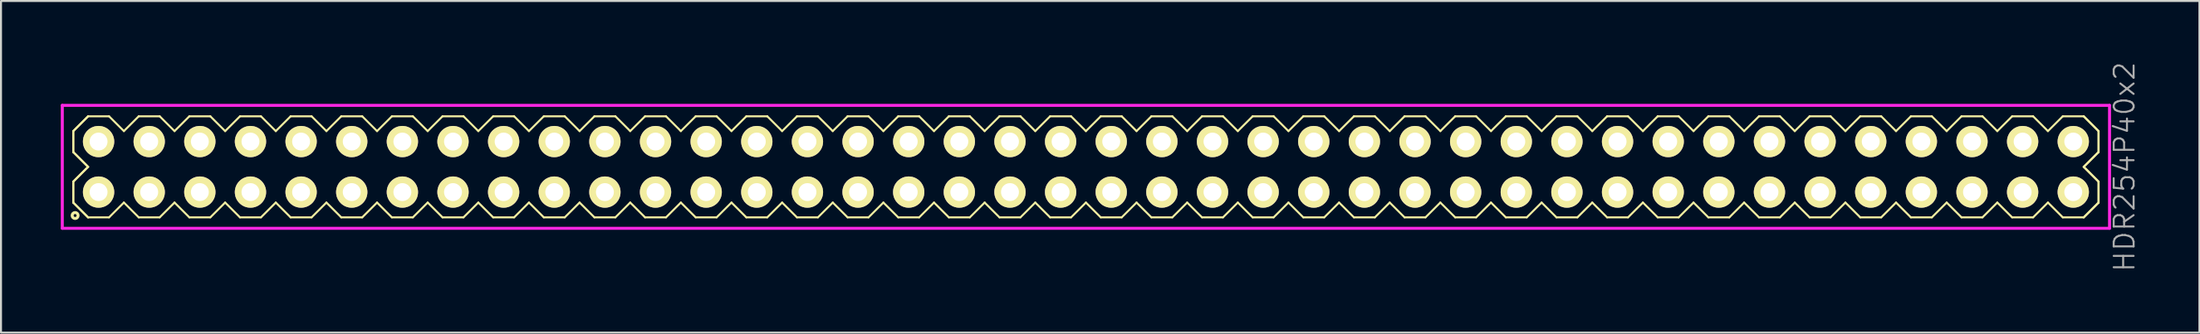
<source format=kicad_pcb>
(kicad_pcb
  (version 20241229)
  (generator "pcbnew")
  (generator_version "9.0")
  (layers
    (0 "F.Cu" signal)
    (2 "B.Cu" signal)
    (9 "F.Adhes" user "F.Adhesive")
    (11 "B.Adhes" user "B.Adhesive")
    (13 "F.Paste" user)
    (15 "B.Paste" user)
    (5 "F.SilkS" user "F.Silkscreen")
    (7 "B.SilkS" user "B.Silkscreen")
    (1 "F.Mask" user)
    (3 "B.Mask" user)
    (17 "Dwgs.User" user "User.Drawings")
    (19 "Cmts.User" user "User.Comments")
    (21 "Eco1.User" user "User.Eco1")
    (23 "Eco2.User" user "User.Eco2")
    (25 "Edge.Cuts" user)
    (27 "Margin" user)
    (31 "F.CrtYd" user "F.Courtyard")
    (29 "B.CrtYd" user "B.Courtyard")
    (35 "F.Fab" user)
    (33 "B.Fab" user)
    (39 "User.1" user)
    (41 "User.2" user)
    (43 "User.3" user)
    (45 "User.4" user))
  (footprint "HDR254P40x2"
    (layer "F.Cu")
    (at 51.425 5.336)
    (property "Reference" "HDR254P40x2" (at 52.1 0 90) (layer "F.Fab") (effects (font (size 1 1) (thickness 0.1))))
    (attr through_hole)
    (fp_line (start -50.8 -1.796) (end -50.056 -2.54) (stroke (width 0.1) (type solid)) (layer "F.SilkS"))
    (fp_line (start -50.8 -1.796) (end -50.056 -2.54) (stroke (width 0.1) (type solid)) (layer "F.SilkS"))
    (fp_line (start -50.8 -0.744) (end -50.8 -1.796) (stroke (width 0.1) (type solid)) (layer "F.SilkS"))
    (fp_line (start -50.8 -0.744) (end -50.8 -1.796) (stroke (width 0.1) (type solid)) (layer "F.SilkS"))
    (fp_line (start -50.8 0.744) (end -50.056 0) (stroke (width 0.1) (type solid)) (layer "F.SilkS"))
    (fp_line (start -50.8 0.744) (end -50.056 0) (stroke (width 0.1) (type solid)) (layer "F.SilkS"))
    (fp_line (start -50.8 1.796) (end -50.8 0.744) (stroke (width 0.1) (type solid)) (layer "F.SilkS"))
    (fp_line (start -50.8 1.796) (end -50.8 0.744) (stroke (width 0.1) (type solid)) (layer "F.SilkS"))
    (fp_line (start -50.056 -2.54) (end -49.004 -2.54) (stroke (width 0.1) (type solid)) (layer "F.SilkS"))
    (fp_line (start -50.056 0) (end -50.8 -0.744) (stroke (width 0.1) (type solid)) (layer "F.SilkS"))
    (fp_line (start -50.056 0) (end -50.8 -0.744) (stroke (width 0.1) (type solid)) (layer "F.SilkS"))
    (fp_line (start -50.056 2.54) (end -50.8 1.796) (stroke (width 0.1) (type solid)) (layer "F.SilkS"))
    (fp_line (start -50.056 2.54) (end -50.8 1.796) (stroke (width 0.1) (type solid)) (layer "F.SilkS"))
    (fp_line (start -49.004 -2.54) (end -48.26 -1.796) (stroke (width 0.1) (type solid)) (layer "F.SilkS"))
    (fp_line (start -49.004 2.54) (end -50.056 2.54) (stroke (width 0.1) (type solid)) (layer "F.SilkS"))
    (fp_line (start -48.26 -1.796) (end -47.516 -2.54) (stroke (width 0.1) (type solid)) (layer "F.SilkS"))
    (fp_line (start -48.26 1.796) (end -49.004 2.54) (stroke (width 0.1) (type solid)) (layer "F.SilkS"))
    (fp_line (start -47.516 -2.54) (end -46.464 -2.54) (stroke (width 0.1) (type solid)) (layer "F.SilkS"))
    (fp_line (start -47.516 2.54) (end -48.26 1.796) (stroke (width 0.1) (type solid)) (layer "F.SilkS"))
    (fp_line (start -46.464 -2.54) (end -45.72 -1.796) (stroke (width 0.1) (type solid)) (layer "F.SilkS"))
    (fp_line (start -46.464 2.54) (end -47.516 2.54) (stroke (width 0.1) (type solid)) (layer "F.SilkS"))
    (fp_line (start -45.72 -1.796) (end -44.976 -2.54) (stroke (width 0.1) (type solid)) (layer "F.SilkS"))
    (fp_line (start -45.72 1.796) (end -46.464 2.54) (stroke (width 0.1) (type solid)) (layer "F.SilkS"))
    (fp_line (start -44.976 -2.54) (end -43.924 -2.54) (stroke (width 0.1) (type solid)) (layer "F.SilkS"))
    (fp_line (start -44.976 2.54) (end -45.72 1.796) (stroke (width 0.1) (type solid)) (layer "F.SilkS"))
    (fp_line (start -43.924 -2.54) (end -43.18 -1.796) (stroke (width 0.1) (type solid)) (layer "F.SilkS"))
    (fp_line (start -43.924 2.54) (end -44.976 2.54) (stroke (width 0.1) (type solid)) (layer "F.SilkS"))
    (fp_line (start -43.18 -1.796) (end -42.436 -2.54) (stroke (width 0.1) (type solid)) (layer "F.SilkS"))
    (fp_line (start -43.18 1.796) (end -43.924 2.54) (stroke (width 0.1) (type solid)) (layer "F.SilkS"))
    (fp_line (start -42.436 -2.54) (end -41.384 -2.54) (stroke (width 0.1) (type solid)) (layer "F.SilkS"))
    (fp_line (start -42.436 2.54) (end -43.18 1.796) (stroke (width 0.1) (type solid)) (layer "F.SilkS"))
    (fp_line (start -41.384 -2.54) (end -40.64 -1.796) (stroke (width 0.1) (type solid)) (layer "F.SilkS"))
    (fp_line (start -41.384 2.54) (end -42.436 2.54) (stroke (width 0.1) (type solid)) (layer "F.SilkS"))
    (fp_line (start -40.64 -1.796) (end -39.896 -2.54) (stroke (width 0.1) (type solid)) (layer "F.SilkS"))
    (fp_line (start -40.64 1.796) (end -41.384 2.54) (stroke (width 0.1) (type solid)) (layer "F.SilkS"))
    (fp_line (start -39.896 -2.54) (end -38.844 -2.54) (stroke (width 0.1) (type solid)) (layer "F.SilkS"))
    (fp_line (start -39.896 2.54) (end -40.64 1.796) (stroke (width 0.1) (type solid)) (layer "F.SilkS"))
    (fp_line (start -38.844 -2.54) (end -38.1 -1.796) (stroke (width 0.1) (type solid)) (layer "F.SilkS"))
    (fp_line (start -38.844 2.54) (end -39.896 2.54) (stroke (width 0.1) (type solid)) (layer "F.SilkS"))
    (fp_line (start -38.1 -1.796) (end -37.356 -2.54) (stroke (width 0.1) (type solid)) (layer "F.SilkS"))
    (fp_line (start -38.1 1.796) (end -38.844 2.54) (stroke (width 0.1) (type solid)) (layer "F.SilkS"))
    (fp_line (start -37.356 -2.54) (end -36.304 -2.54) (stroke (width 0.1) (type solid)) (layer "F.SilkS"))
    (fp_line (start -37.356 2.54) (end -38.1 1.796) (stroke (width 0.1) (type solid)) (layer "F.SilkS"))
    (fp_line (start -36.304 -2.54) (end -35.56 -1.796) (stroke (width 0.1) (type solid)) (layer "F.SilkS"))
    (fp_line (start -36.304 2.54) (end -37.356 2.54) (stroke (width 0.1) (type solid)) (layer "F.SilkS"))
    (fp_line (start -35.56 -1.796) (end -34.816 -2.54) (stroke (width 0.1) (type solid)) (layer "F.SilkS"))
    (fp_line (start -35.56 1.796) (end -36.304 2.54) (stroke (width 0.1) (type solid)) (layer "F.SilkS"))
    (fp_line (start -34.816 -2.54) (end -33.764 -2.54) (stroke (width 0.1) (type solid)) (layer "F.SilkS"))
    (fp_line (start -34.816 2.54) (end -35.56 1.796) (stroke (width 0.1) (type solid)) (layer "F.SilkS"))
    (fp_line (start -33.764 -2.54) (end -33.02 -1.796) (stroke (width 0.1) (type solid)) (layer "F.SilkS"))
    (fp_line (start -33.764 2.54) (end -34.816 2.54) (stroke (width 0.1) (type solid)) (layer "F.SilkS"))
    (fp_line (start -33.02 -1.796) (end -32.276 -2.54) (stroke (width 0.1) (type solid)) (layer "F.SilkS"))
    (fp_line (start -33.02 1.796) (end -33.764 2.54) (stroke (width 0.1) (type solid)) (layer "F.SilkS"))
    (fp_line (start -32.276 -2.54) (end -31.224 -2.54) (stroke (width 0.1) (type solid)) (layer "F.SilkS"))
    (fp_line (start -32.276 2.54) (end -33.02 1.796) (stroke (width 0.1) (type solid)) (layer "F.SilkS"))
    (fp_line (start -31.224 -2.54) (end -30.48 -1.796) (stroke (width 0.1) (type solid)) (layer "F.SilkS"))
    (fp_line (start -31.224 2.54) (end -32.276 2.54) (stroke (width 0.1) (type solid)) (layer "F.SilkS"))
    (fp_line (start -30.48 -1.796) (end -29.736 -2.54) (stroke (width 0.1) (type solid)) (layer "F.SilkS"))
    (fp_line (start -30.48 1.796) (end -31.224 2.54) (stroke (width 0.1) (type solid)) (layer "F.SilkS"))
    (fp_line (start -29.736 -2.54) (end -28.684 -2.54) (stroke (width 0.1) (type solid)) (layer "F.SilkS"))
    (fp_line (start -29.736 2.54) (end -30.48 1.796) (stroke (width 0.1) (type solid)) (layer "F.SilkS"))
    (fp_line (start -28.684 -2.54) (end -27.94 -1.796) (stroke (width 0.1) (type solid)) (layer "F.SilkS"))
    (fp_line (start -28.684 2.54) (end -29.736 2.54) (stroke (width 0.1) (type solid)) (layer "F.SilkS"))
    (fp_line (start -27.94 -1.796) (end -27.196 -2.54) (stroke (width 0.1) (type solid)) (layer "F.SilkS"))
    (fp_line (start -27.94 1.796) (end -28.684 2.54) (stroke (width 0.1) (type solid)) (layer "F.SilkS"))
    (fp_line (start -27.196 -2.54) (end -26.144 -2.54) (stroke (width 0.1) (type solid)) (layer "F.SilkS"))
    (fp_line (start -27.196 2.54) (end -27.94 1.796) (stroke (width 0.1) (type solid)) (layer "F.SilkS"))
    (fp_line (start -26.144 -2.54) (end -25.4 -1.796) (stroke (width 0.1) (type solid)) (layer "F.SilkS"))
    (fp_line (start -26.144 2.54) (end -27.196 2.54) (stroke (width 0.1) (type solid)) (layer "F.SilkS"))
    (fp_line (start -25.4 -1.796) (end -24.656 -2.54) (stroke (width 0.1) (type solid)) (layer "F.SilkS"))
    (fp_line (start -25.4 1.796) (end -26.144 2.54) (stroke (width 0.1) (type solid)) (layer "F.SilkS"))
    (fp_line (start -24.656 -2.54) (end -23.604 -2.54) (stroke (width 0.1) (type solid)) (layer "F.SilkS"))
    (fp_line (start -24.656 2.54) (end -25.4 1.796) (stroke (width 0.1) (type solid)) (layer "F.SilkS"))
    (fp_line (start -23.604 -2.54) (end -22.86 -1.796) (stroke (width 0.1) (type solid)) (layer "F.SilkS"))
    (fp_line (start -23.604 2.54) (end -24.656 2.54) (stroke (width 0.1) (type solid)) (layer "F.SilkS"))
    (fp_line (start -22.86 -1.796) (end -22.116 -2.54) (stroke (width 0.1) (type solid)) (layer "F.SilkS"))
    (fp_line (start -22.86 1.796) (end -23.604 2.54) (stroke (width 0.1) (type solid)) (layer "F.SilkS"))
    (fp_line (start -22.116 -2.54) (end -21.064 -2.54) (stroke (width 0.1) (type solid)) (layer "F.SilkS"))
    (fp_line (start -22.116 2.54) (end -22.86 1.796) (stroke (width 0.1) (type solid)) (layer "F.SilkS"))
    (fp_line (start -21.064 -2.54) (end -20.32 -1.796) (stroke (width 0.1) (type solid)) (layer "F.SilkS"))
    (fp_line (start -21.064 2.54) (end -22.116 2.54) (stroke (width 0.1) (type solid)) (layer "F.SilkS"))
    (fp_line (start -20.32 -1.796) (end -19.576 -2.54) (stroke (width 0.1) (type solid)) (layer "F.SilkS"))
    (fp_line (start -20.32 1.796) (end -21.064 2.54) (stroke (width 0.1) (type solid)) (layer "F.SilkS"))
    (fp_line (start -19.576 -2.54) (end -18.524 -2.54) (stroke (width 0.1) (type solid)) (layer "F.SilkS"))
    (fp_line (start -19.576 2.54) (end -20.32 1.796) (stroke (width 0.1) (type solid)) (layer "F.SilkS"))
    (fp_line (start -18.524 -2.54) (end -17.78 -1.796) (stroke (width 0.1) (type solid)) (layer "F.SilkS"))
    (fp_line (start -18.524 2.54) (end -19.576 2.54) (stroke (width 0.1) (type solid)) (layer "F.SilkS"))
    (fp_line (start -17.78 -1.796) (end -17.036 -2.54) (stroke (width 0.1) (type solid)) (layer "F.SilkS"))
    (fp_line (start -17.78 1.796) (end -18.524 2.54) (stroke (width 0.1) (type solid)) (layer "F.SilkS"))
    (fp_line (start -17.036 -2.54) (end -15.984 -2.54) (stroke (width 0.1) (type solid)) (layer "F.SilkS"))
    (fp_line (start -17.036 2.54) (end -17.78 1.796) (stroke (width 0.1) (type solid)) (layer "F.SilkS"))
    (fp_line (start -15.984 -2.54) (end -15.24 -1.796) (stroke (width 0.1) (type solid)) (layer "F.SilkS"))
    (fp_line (start -15.984 2.54) (end -17.036 2.54) (stroke (width 0.1) (type solid)) (layer "F.SilkS"))
    (fp_line (start -15.24 -1.796) (end -14.496 -2.54) (stroke (width 0.1) (type solid)) (layer "F.SilkS"))
    (fp_line (start -15.24 1.796) (end -15.984 2.54) (stroke (width 0.1) (type solid)) (layer "F.SilkS"))
    (fp_line (start -14.496 -2.54) (end -13.444 -2.54) (stroke (width 0.1) (type solid)) (layer "F.SilkS"))
    (fp_line (start -14.496 2.54) (end -15.24 1.796) (stroke (width 0.1) (type solid)) (layer "F.SilkS"))
    (fp_line (start -13.444 -2.54) (end -12.7 -1.796) (stroke (width 0.1) (type solid)) (layer "F.SilkS"))
    (fp_line (start -13.444 2.54) (end -14.496 2.54) (stroke (width 0.1) (type solid)) (layer "F.SilkS"))
    (fp_line (start -12.7 -1.796) (end -11.956 -2.54) (stroke (width 0.1) (type solid)) (layer "F.SilkS"))
    (fp_line (start -12.7 1.796) (end -13.444 2.54) (stroke (width 0.1) (type solid)) (layer "F.SilkS"))
    (fp_line (start -11.956 -2.54) (end -10.904 -2.54) (stroke (width 0.1) (type solid)) (layer "F.SilkS"))
    (fp_line (start -11.956 2.54) (end -12.7 1.796) (stroke (width 0.1) (type solid)) (layer "F.SilkS"))
    (fp_line (start -10.904 -2.54) (end -10.16 -1.796) (stroke (width 0.1) (type solid)) (layer "F.SilkS"))
    (fp_line (start -10.904 2.54) (end -11.956 2.54) (stroke (width 0.1) (type solid)) (layer "F.SilkS"))
    (fp_line (start -10.16 -1.796) (end -9.416 -2.54) (stroke (width 0.1) (type solid)) (layer "F.SilkS"))
    (fp_line (start -10.16 1.796) (end -10.904 2.54) (stroke (width 0.1) (type solid)) (layer "F.SilkS"))
    (fp_line (start -9.416 -2.54) (end -8.364 -2.54) (stroke (width 0.1) (type solid)) (layer "F.SilkS"))
    (fp_line (start -9.416 2.54) (end -10.16 1.796) (stroke (width 0.1) (type solid)) (layer "F.SilkS"))
    (fp_line (start -8.364 -2.54) (end -7.62 -1.796) (stroke (width 0.1) (type solid)) (layer "F.SilkS"))
    (fp_line (start -8.364 2.54) (end -9.416 2.54) (stroke (width 0.1) (type solid)) (layer "F.SilkS"))
    (fp_line (start -7.62 -1.796) (end -6.876 -2.54) (stroke (width 0.1) (type solid)) (layer "F.SilkS"))
    (fp_line (start -7.62 1.796) (end -8.364 2.54) (stroke (width 0.1) (type solid)) (layer "F.SilkS"))
    (fp_line (start -6.876 -2.54) (end -5.824 -2.54) (stroke (width 0.1) (type solid)) (layer "F.SilkS"))
    (fp_line (start -6.876 2.54) (end -7.62 1.796) (stroke (width 0.1) (type solid)) (layer "F.SilkS"))
    (fp_line (start -5.824 -2.54) (end -5.08 -1.796) (stroke (width 0.1) (type solid)) (layer "F.SilkS"))
    (fp_line (start -5.824 2.54) (end -6.876 2.54) (stroke (width 0.1) (type solid)) (layer "F.SilkS"))
    (fp_line (start -5.08 -1.796) (end -4.336 -2.54) (stroke (width 0.1) (type solid)) (layer "F.SilkS"))
    (fp_line (start -5.08 1.796) (end -5.824 2.54) (stroke (width 0.1) (type solid)) (layer "F.SilkS"))
    (fp_line (start -4.336 -2.54) (end -3.284 -2.54) (stroke (width 0.1) (type solid)) (layer "F.SilkS"))
    (fp_line (start -4.336 2.54) (end -5.08 1.796) (stroke (width 0.1) (type solid)) (layer "F.SilkS"))
    (fp_line (start -3.284 -2.54) (end -2.54 -1.796) (stroke (width 0.1) (type solid)) (layer "F.SilkS"))
    (fp_line (start -3.284 2.54) (end -4.336 2.54) (stroke (width 0.1) (type solid)) (layer "F.SilkS"))
    (fp_line (start -2.54 -1.796) (end -1.796 -2.54) (stroke (width 0.1) (type solid)) (layer "F.SilkS"))
    (fp_line (start -2.54 1.796) (end -3.284 2.54) (stroke (width 0.1) (type solid)) (layer "F.SilkS"))
    (fp_line (start -1.796 -2.54) (end -0.744 -2.54) (stroke (width 0.1) (type solid)) (layer "F.SilkS"))
    (fp_line (start -1.796 2.54) (end -2.54 1.796) (stroke (width 0.1) (type solid)) (layer "F.SilkS"))
    (fp_line (start -0.744 -2.54) (end 0 -1.796) (stroke (width 0.1) (type solid)) (layer "F.SilkS"))
    (fp_line (start -0.744 2.54) (end -1.796 2.54) (stroke (width 0.1) (type solid)) (layer "F.SilkS"))
    (fp_line (start 0 -1.796) (end 0.744 -2.54) (stroke (width 0.1) (type solid)) (layer "F.SilkS"))
    (fp_line (start 0 1.796) (end -0.744 2.54) (stroke (width 0.1) (type solid)) (layer "F.SilkS"))
    (fp_line (start 0.744 -2.54) (end 1.796 -2.54) (stroke (width 0.1) (type solid)) (layer "F.SilkS"))
    (fp_line (start 0.744 2.54) (end 0 1.796) (stroke (width 0.1) (type solid)) (layer "F.SilkS"))
    (fp_line (start 1.796 -2.54) (end 2.54 -1.796) (stroke (width 0.1) (type solid)) (layer "F.SilkS"))
    (fp_line (start 1.796 2.54) (end 0.744 2.54) (stroke (width 0.1) (type solid)) (layer "F.SilkS"))
    (fp_line (start 2.54 -1.796) (end 3.284 -2.54) (stroke (width 0.1) (type solid)) (layer "F.SilkS"))
    (fp_line (start 2.54 1.796) (end 1.796 2.54) (stroke (width 0.1) (type solid)) (layer "F.SilkS"))
    (fp_line (start 3.284 -2.54) (end 4.336 -2.54) (stroke (width 0.1) (type solid)) (layer "F.SilkS"))
    (fp_line (start 3.284 2.54) (end 2.54 1.796) (stroke (width 0.1) (type solid)) (layer "F.SilkS"))
    (fp_line (start 4.336 -2.54) (end 5.08 -1.796) (stroke (width 0.1) (type solid)) (layer "F.SilkS"))
    (fp_line (start 4.336 2.54) (end 3.284 2.54) (stroke (width 0.1) (type solid)) (layer "F.SilkS"))
    (fp_line (start 5.08 -1.796) (end 5.824 -2.54) (stroke (width 0.1) (type solid)) (layer "F.SilkS"))
    (fp_line (start 5.08 1.796) (end 4.336 2.54) (stroke (width 0.1) (type solid)) (layer "F.SilkS"))
    (fp_line (start 5.824 -2.54) (end 6.876 -2.54) (stroke (width 0.1) (type solid)) (layer "F.SilkS"))
    (fp_line (start 5.824 2.54) (end 5.08 1.796) (stroke (width 0.1) (type solid)) (layer "F.SilkS"))
    (fp_line (start 6.876 -2.54) (end 7.62 -1.796) (stroke (width 0.1) (type solid)) (layer "F.SilkS"))
    (fp_line (start 6.876 2.54) (end 5.824 2.54) (stroke (width 0.1) (type solid)) (layer "F.SilkS"))
    (fp_line (start 7.62 -1.796) (end 8.364 -2.54) (stroke (width 0.1) (type solid)) (layer "F.SilkS"))
    (fp_line (start 7.62 1.796) (end 6.876 2.54) (stroke (width 0.1) (type solid)) (layer "F.SilkS"))
    (fp_line (start 8.364 -2.54) (end 9.416 -2.54) (stroke (width 0.1) (type solid)) (layer "F.SilkS"))
    (fp_line (start 8.364 2.54) (end 7.62 1.796) (stroke (width 0.1) (type solid)) (layer "F.SilkS"))
    (fp_line (start 9.416 -2.54) (end 10.16 -1.796) (stroke (width 0.1) (type solid)) (layer "F.SilkS"))
    (fp_line (start 9.416 2.54) (end 8.364 2.54) (stroke (width 0.1) (type solid)) (layer "F.SilkS"))
    (fp_line (start 10.16 -1.796) (end 10.904 -2.54) (stroke (width 0.1) (type solid)) (layer "F.SilkS"))
    (fp_line (start 10.16 1.796) (end 9.416 2.54) (stroke (width 0.1) (type solid)) (layer "F.SilkS"))
    (fp_line (start 10.904 -2.54) (end 11.956 -2.54) (stroke (width 0.1) (type solid)) (layer "F.SilkS"))
    (fp_line (start 10.904 2.54) (end 10.16 1.796) (stroke (width 0.1) (type solid)) (layer "F.SilkS"))
    (fp_line (start 11.956 -2.54) (end 12.7 -1.796) (stroke (width 0.1) (type solid)) (layer "F.SilkS"))
    (fp_line (start 11.956 2.54) (end 10.904 2.54) (stroke (width 0.1) (type solid)) (layer "F.SilkS"))
    (fp_line (start 12.7 -1.796) (end 13.444 -2.54) (stroke (width 0.1) (type solid)) (layer "F.SilkS"))
    (fp_line (start 12.7 1.796) (end 11.956 2.54) (stroke (width 0.1) (type solid)) (layer "F.SilkS"))
    (fp_line (start 13.444 -2.54) (end 14.496 -2.54) (stroke (width 0.1) (type solid)) (layer "F.SilkS"))
    (fp_line (start 13.444 2.54) (end 12.7 1.796) (stroke (width 0.1) (type solid)) (layer "F.SilkS"))
    (fp_line (start 14.496 -2.54) (end 15.24 -1.796) (stroke (width 0.1) (type solid)) (layer "F.SilkS"))
    (fp_line (start 14.496 2.54) (end 13.444 2.54) (stroke (width 0.1) (type solid)) (layer "F.SilkS"))
    (fp_line (start 15.24 -1.796) (end 15.984 -2.54) (stroke (width 0.1) (type solid)) (layer "F.SilkS"))
    (fp_line (start 15.24 1.796) (end 14.496 2.54) (stroke (width 0.1) (type solid)) (layer "F.SilkS"))
    (fp_line (start 15.984 -2.54) (end 17.036 -2.54) (stroke (width 0.1) (type solid)) (layer "F.SilkS"))
    (fp_line (start 15.984 2.54) (end 15.24 1.796) (stroke (width 0.1) (type solid)) (layer "F.SilkS"))
    (fp_line (start 17.036 -2.54) (end 17.78 -1.796) (stroke (width 0.1) (type solid)) (layer "F.SilkS"))
    (fp_line (start 17.036 2.54) (end 15.984 2.54) (stroke (width 0.1) (type solid)) (layer "F.SilkS"))
    (fp_line (start 17.78 -1.796) (end 18.524 -2.54) (stroke (width 0.1) (type solid)) (layer "F.SilkS"))
    (fp_line (start 17.78 1.796) (end 17.036 2.54) (stroke (width 0.1) (type solid)) (layer "F.SilkS"))
    (fp_line (start 18.524 -2.54) (end 19.576 -2.54) (stroke (width 0.1) (type solid)) (layer "F.SilkS"))
    (fp_line (start 18.524 2.54) (end 17.78 1.796) (stroke (width 0.1) (type solid)) (layer "F.SilkS"))
    (fp_line (start 19.576 -2.54) (end 20.32 -1.796) (stroke (width 0.1) (type solid)) (layer "F.SilkS"))
    (fp_line (start 19.576 2.54) (end 18.524 2.54) (stroke (width 0.1) (type solid)) (layer "F.SilkS"))
    (fp_line (start 20.32 -1.796) (end 21.064 -2.54) (stroke (width 0.1) (type solid)) (layer "F.SilkS"))
    (fp_line (start 20.32 1.796) (end 19.576 2.54) (stroke (width 0.1) (type solid)) (layer "F.SilkS"))
    (fp_line (start 21.064 -2.54) (end 22.116 -2.54) (stroke (width 0.1) (type solid)) (layer "F.SilkS"))
    (fp_line (start 21.064 2.54) (end 20.32 1.796) (stroke (width 0.1) (type solid)) (layer "F.SilkS"))
    (fp_line (start 22.116 -2.54) (end 22.86 -1.796) (stroke (width 0.1) (type solid)) (layer "F.SilkS"))
    (fp_line (start 22.116 2.54) (end 21.064 2.54) (stroke (width 0.1) (type solid)) (layer "F.SilkS"))
    (fp_line (start 22.86 -1.796) (end 23.604 -2.54) (stroke (width 0.1) (type solid)) (layer "F.SilkS"))
    (fp_line (start 22.86 1.796) (end 22.116 2.54) (stroke (width 0.1) (type solid)) (layer "F.SilkS"))
    (fp_line (start 23.604 -2.54) (end 24.656 -2.54) (stroke (width 0.1) (type solid)) (layer "F.SilkS"))
    (fp_line (start 23.604 2.54) (end 22.86 1.796) (stroke (width 0.1) (type solid)) (layer "F.SilkS"))
    (fp_line (start 24.656 -2.54) (end 25.4 -1.796) (stroke (width 0.1) (type solid)) (layer "F.SilkS"))
    (fp_line (start 24.656 2.54) (end 23.604 2.54) (stroke (width 0.1) (type solid)) (layer "F.SilkS"))
    (fp_line (start 25.4 -1.796) (end 26.144 -2.54) (stroke (width 0.1) (type solid)) (layer "F.SilkS"))
    (fp_line (start 25.4 1.796) (end 24.656 2.54) (stroke (width 0.1) (type solid)) (layer "F.SilkS"))
    (fp_line (start 26.144 -2.54) (end 27.196 -2.54) (stroke (width 0.1) (type solid)) (layer "F.SilkS"))
    (fp_line (start 26.144 2.54) (end 25.4 1.796) (stroke (width 0.1) (type solid)) (layer "F.SilkS"))
    (fp_line (start 27.196 -2.54) (end 27.94 -1.796) (stroke (width 0.1) (type solid)) (layer "F.SilkS"))
    (fp_line (start 27.196 2.54) (end 26.144 2.54) (stroke (width 0.1) (type solid)) (layer "F.SilkS"))
    (fp_line (start 27.94 -1.796) (end 28.684 -2.54) (stroke (width 0.1) (type solid)) (layer "F.SilkS"))
    (fp_line (start 27.94 1.796) (end 27.196 2.54) (stroke (width 0.1) (type solid)) (layer "F.SilkS"))
    (fp_line (start 28.684 -2.54) (end 29.736 -2.54) (stroke (width 0.1) (type solid)) (layer "F.SilkS"))
    (fp_line (start 28.684 2.54) (end 27.94 1.796) (stroke (width 0.1) (type solid)) (layer "F.SilkS"))
    (fp_line (start 29.736 -2.54) (end 30.48 -1.796) (stroke (width 0.1) (type solid)) (layer "F.SilkS"))
    (fp_line (start 29.736 2.54) (end 28.684 2.54) (stroke (width 0.1) (type solid)) (layer "F.SilkS"))
    (fp_line (start 30.48 -1.796) (end 31.224 -2.54) (stroke (width 0.1) (type solid)) (layer "F.SilkS"))
    (fp_line (start 30.48 1.796) (end 29.736 2.54) (stroke (width 0.1) (type solid)) (layer "F.SilkS"))
    (fp_line (start 31.224 -2.54) (end 32.276 -2.54) (stroke (width 0.1) (type solid)) (layer "F.SilkS"))
    (fp_line (start 31.224 2.54) (end 30.48 1.796) (stroke (width 0.1) (type solid)) (layer "F.SilkS"))
    (fp_line (start 32.276 -2.54) (end 33.02 -1.796) (stroke (width 0.1) (type solid)) (layer "F.SilkS"))
    (fp_line (start 32.276 2.54) (end 31.224 2.54) (stroke (width 0.1) (type solid)) (layer "F.SilkS"))
    (fp_line (start 33.02 -1.796) (end 33.764 -2.54) (stroke (width 0.1) (type solid)) (layer "F.SilkS"))
    (fp_line (start 33.02 1.796) (end 32.276 2.54) (stroke (width 0.1) (type solid)) (layer "F.SilkS"))
    (fp_line (start 33.764 -2.54) (end 34.816 -2.54) (stroke (width 0.1) (type solid)) (layer "F.SilkS"))
    (fp_line (start 33.764 2.54) (end 33.02 1.796) (stroke (width 0.1) (type solid)) (layer "F.SilkS"))
    (fp_line (start 34.816 -2.54) (end 35.56 -1.796) (stroke (width 0.1) (type solid)) (layer "F.SilkS"))
    (fp_line (start 34.816 2.54) (end 33.764 2.54) (stroke (width 0.1) (type solid)) (layer "F.SilkS"))
    (fp_line (start 35.56 -1.796) (end 36.304 -2.54) (stroke (width 0.1) (type solid)) (layer "F.SilkS"))
    (fp_line (start 35.56 1.796) (end 34.816 2.54) (stroke (width 0.1) (type solid)) (layer "F.SilkS"))
    (fp_line (start 36.304 -2.54) (end 37.356 -2.54) (stroke (width 0.1) (type solid)) (layer "F.SilkS"))
    (fp_line (start 36.304 2.54) (end 35.56 1.796) (stroke (width 0.1) (type solid)) (layer "F.SilkS"))
    (fp_line (start 37.356 -2.54) (end 38.1 -1.796) (stroke (width 0.1) (type solid)) (layer "F.SilkS"))
    (fp_line (start 37.356 2.54) (end 36.304 2.54) (stroke (width 0.1) (type solid)) (layer "F.SilkS"))
    (fp_line (start 38.1 -1.796) (end 38.844 -2.54) (stroke (width 0.1) (type solid)) (layer "F.SilkS"))
    (fp_line (start 38.1 1.796) (end 37.356 2.54) (stroke (width 0.1) (type solid)) (layer "F.SilkS"))
    (fp_line (start 38.844 -2.54) (end 39.896 -2.54) (stroke (width 0.1) (type solid)) (layer "F.SilkS"))
    (fp_line (start 38.844 2.54) (end 38.1 1.796) (stroke (width 0.1) (type solid)) (layer "F.SilkS"))
    (fp_line (start 39.896 -2.54) (end 40.64 -1.796) (stroke (width 0.1) (type solid)) (layer "F.SilkS"))
    (fp_line (start 39.896 2.54) (end 38.844 2.54) (stroke (width 0.1) (type solid)) (layer "F.SilkS"))
    (fp_line (start 40.64 -1.796) (end 41.384 -2.54) (stroke (width 0.1) (type solid)) (layer "F.SilkS"))
    (fp_line (start 40.64 1.796) (end 39.896 2.54) (stroke (width 0.1) (type solid)) (layer "F.SilkS"))
    (fp_line (start 41.384 -2.54) (end 42.436 -2.54) (stroke (width 0.1) (type solid)) (layer "F.SilkS"))
    (fp_line (start 41.384 2.54) (end 40.64 1.796) (stroke (width 0.1) (type solid)) (layer "F.SilkS"))
    (fp_line (start 42.436 -2.54) (end 43.18 -1.796) (stroke (width 0.1) (type solid)) (layer "F.SilkS"))
    (fp_line (start 42.436 2.54) (end 41.384 2.54) (stroke (width 0.1) (type solid)) (layer "F.SilkS"))
    (fp_line (start 43.18 -1.796) (end 43.924 -2.54) (stroke (width 0.1) (type solid)) (layer "F.SilkS"))
    (fp_line (start 43.18 1.796) (end 42.436 2.54) (stroke (width 0.1) (type solid)) (layer "F.SilkS"))
    (fp_line (start 43.924 -2.54) (end 44.976 -2.54) (stroke (width 0.1) (type solid)) (layer "F.SilkS"))
    (fp_line (start 43.924 2.54) (end 43.18 1.796) (stroke (width 0.1) (type solid)) (layer "F.SilkS"))
    (fp_line (start 44.976 -2.54) (end 45.72 -1.796) (stroke (width 0.1) (type solid)) (layer "F.SilkS"))
    (fp_line (start 44.976 2.54) (end 43.924 2.54) (stroke (width 0.1) (type solid)) (layer "F.SilkS"))
    (fp_line (start 45.72 -1.796) (end 46.464 -2.54) (stroke (width 0.1) (type solid)) (layer "F.SilkS"))
    (fp_line (start 45.72 1.796) (end 44.976 2.54) (stroke (width 0.1) (type solid)) (layer "F.SilkS"))
    (fp_line (start 46.464 -2.54) (end 47.516 -2.54) (stroke (width 0.1) (type solid)) (layer "F.SilkS"))
    (fp_line (start 46.464 2.54) (end 45.72 1.796) (stroke (width 0.1) (type solid)) (layer "F.SilkS"))
    (fp_line (start 47.516 -2.54) (end 48.26 -1.796) (stroke (width 0.1) (type solid)) (layer "F.SilkS"))
    (fp_line (start 47.516 2.54) (end 46.464 2.54) (stroke (width 0.1) (type solid)) (layer "F.SilkS"))
    (fp_line (start 48.26 -1.796) (end 49.004 -2.54) (stroke (width 0.1) (type solid)) (layer "F.SilkS"))
    (fp_line (start 48.26 1.796) (end 47.516 2.54) (stroke (width 0.1) (type solid)) (layer "F.SilkS"))
    (fp_line (start 49.004 -2.54) (end 50.056 -2.54) (stroke (width 0.1) (type solid)) (layer "F.SilkS"))
    (fp_line (start 49.004 2.54) (end 48.26 1.796) (stroke (width 0.1) (type solid)) (layer "F.SilkS"))
    (fp_line (start 50.056 -2.54) (end 50.8 -1.796) (stroke (width 0.1) (type solid)) (layer "F.SilkS"))
    (fp_line (start 50.056 -2.54) (end 50.8 -1.796) (stroke (width 0.1) (type solid)) (layer "F.SilkS"))
    (fp_line (start 50.056 0) (end 50.8 0.744) (stroke (width 0.1) (type solid)) (layer "F.SilkS"))
    (fp_line (start 50.056 0) (end 50.8 0.744) (stroke (width 0.1) (type solid)) (layer "F.SilkS"))
    (fp_line (start 50.056 2.54) (end 49.004 2.54) (stroke (width 0.1) (type solid)) (layer "F.SilkS"))
    (fp_line (start 50.8 -1.796) (end 50.8 -0.744) (stroke (width 0.1) (type solid)) (layer "F.SilkS"))
    (fp_line (start 50.8 -1.796) (end 50.8 -0.744) (stroke (width 0.1) (type solid)) (layer "F.SilkS"))
    (fp_line (start 50.8 -0.744) (end 50.056 0) (stroke (width 0.1) (type solid)) (layer "F.SilkS"))
    (fp_line (start 50.8 -0.744) (end 50.056 0) (stroke (width 0.1) (type solid)) (layer "F.SilkS"))
    (fp_line (start 50.8 0.744) (end 50.8 1.796) (stroke (width 0.1) (type solid)) (layer "F.SilkS"))
    (fp_line (start 50.8 0.744) (end 50.8 1.796) (stroke (width 0.1) (type solid)) (layer "F.SilkS"))
    (fp_line (start 50.8 1.796) (end 50.056 2.54) (stroke (width 0.1) (type solid)) (layer "F.SilkS"))
    (fp_line (start 50.8 1.796) (end 50.056 2.54) (stroke (width 0.1) (type solid)) (layer "F.SilkS"))
    (fp_circle (center -50.707 2.448) (end -50.558 2.448) (stroke (width 0.15) (type solid)) (fill no) (layer "F.SilkS"))
    (fp_line (start -51.35 -3.09) (end -51.35 3.09) (stroke (width 0.15) (type solid)) (layer "F.CrtYd"))
    (fp_line (start -51.35 3.09) (end 51.35 3.09) (stroke (width 0.15) (type solid)) (layer "F.CrtYd"))
    (fp_line (start 51.35 -3.09) (end -51.35 -3.09) (stroke (width 0.15) (type solid)) (layer "F.CrtYd"))
    (fp_line (start 51.35 3.09) (end 51.35 -3.09) (stroke (width 0.15) (type solid)) (layer "F.CrtYd"))
    (pad "1" thru_hole oval (at -49.53 1.27) (size 1.57 1.57) (drill 0.9) (layers "*.Cu" "*.Mask" "F.SilkS"))
    (pad "2" thru_hole oval (at -49.53 -1.27) (size 1.57 1.57) (drill 0.9) (layers "*.Cu" "*.Mask" "F.SilkS"))
    (pad "3" thru_hole oval (at -46.99 1.27) (size 1.57 1.57) (drill 0.9) (layers "*.Cu" "*.Mask" "F.SilkS"))
    (pad "4" thru_hole oval (at -46.99 -1.27) (size 1.57 1.57) (drill 0.9) (layers "*.Cu" "*.Mask" "F.SilkS"))
    (pad "5" thru_hole oval (at -44.45 1.27) (size 1.57 1.57) (drill 0.9) (layers "*.Cu" "*.Mask" "F.SilkS"))
    (pad "6" thru_hole oval (at -44.45 -1.27) (size 1.57 1.57) (drill 0.9) (layers "*.Cu" "*.Mask" "F.SilkS"))
    (pad "7" thru_hole oval (at -41.91 1.27) (size 1.57 1.57) (drill 0.9) (layers "*.Cu" "*.Mask" "F.SilkS"))
    (pad "8" thru_hole oval (at -41.91 -1.27) (size 1.57 1.57) (drill 0.9) (layers "*.Cu" "*.Mask" "F.SilkS"))
    (pad "9" thru_hole oval (at -39.37 1.27) (size 1.57 1.57) (drill 0.9) (layers "*.Cu" "*.Mask" "F.SilkS"))
    (pad "10" thru_hole oval (at -39.37 -1.27) (size 1.57 1.57) (drill 0.9) (layers "*.Cu" "*.Mask" "F.SilkS"))
    (pad "11" thru_hole oval (at -36.83 1.27) (size 1.57 1.57) (drill 0.9) (layers "*.Cu" "*.Mask" "F.SilkS"))
    (pad "12" thru_hole oval (at -36.83 -1.27) (size 1.57 1.57) (drill 0.9) (layers "*.Cu" "*.Mask" "F.SilkS"))
    (pad "13" thru_hole oval (at -34.29 1.27) (size 1.57 1.57) (drill 0.9) (layers "*.Cu" "*.Mask" "F.SilkS"))
    (pad "14" thru_hole oval (at -34.29 -1.27) (size 1.57 1.57) (drill 0.9) (layers "*.Cu" "*.Mask" "F.SilkS"))
    (pad "15" thru_hole oval (at -31.75 1.27) (size 1.57 1.57) (drill 0.9) (layers "*.Cu" "*.Mask" "F.SilkS"))
    (pad "16" thru_hole oval (at -31.75 -1.27) (size 1.57 1.57) (drill 0.9) (layers "*.Cu" "*.Mask" "F.SilkS"))
    (pad "17" thru_hole oval (at -29.21 1.27) (size 1.57 1.57) (drill 0.9) (layers "*.Cu" "*.Mask" "F.SilkS"))
    (pad "18" thru_hole oval (at -29.21 -1.27) (size 1.57 1.57) (drill 0.9) (layers "*.Cu" "*.Mask" "F.SilkS"))
    (pad "19" thru_hole oval (at -26.67 1.27) (size 1.57 1.57) (drill 0.9) (layers "*.Cu" "*.Mask" "F.SilkS"))
    (pad "20" thru_hole oval (at -26.67 -1.27) (size 1.57 1.57) (drill 0.9) (layers "*.Cu" "*.Mask" "F.SilkS"))
    (pad "21" thru_hole oval (at -24.13 1.27) (size 1.57 1.57) (drill 0.9) (layers "*.Cu" "*.Mask" "F.SilkS"))
    (pad "22" thru_hole oval (at -24.13 -1.27) (size 1.57 1.57) (drill 0.9) (layers "*.Cu" "*.Mask" "F.SilkS"))
    (pad "23" thru_hole oval (at -21.59 1.27) (size 1.57 1.57) (drill 0.9) (layers "*.Cu" "*.Mask" "F.SilkS"))
    (pad "24" thru_hole oval (at -21.59 -1.27) (size 1.57 1.57) (drill 0.9) (layers "*.Cu" "*.Mask" "F.SilkS"))
    (pad "25" thru_hole oval (at -19.05 1.27) (size 1.57 1.57) (drill 0.9) (layers "*.Cu" "*.Mask" "F.SilkS"))
    (pad "26" thru_hole oval (at -19.05 -1.27) (size 1.57 1.57) (drill 0.9) (layers "*.Cu" "*.Mask" "F.SilkS"))
    (pad "27" thru_hole oval (at -16.51 1.27) (size 1.57 1.57) (drill 0.9) (layers "*.Cu" "*.Mask" "F.SilkS"))
    (pad "28" thru_hole oval (at -16.51 -1.27) (size 1.57 1.57) (drill 0.9) (layers "*.Cu" "*.Mask" "F.SilkS"))
    (pad "29" thru_hole oval (at -13.97 1.27) (size 1.57 1.57) (drill 0.9) (layers "*.Cu" "*.Mask" "F.SilkS"))
    (pad "30" thru_hole oval (at -13.97 -1.27) (size 1.57 1.57) (drill 0.9) (layers "*.Cu" "*.Mask" "F.SilkS"))
    (pad "31" thru_hole oval (at -11.43 1.27) (size 1.57 1.57) (drill 0.9) (layers "*.Cu" "*.Mask" "F.SilkS"))
    (pad "32" thru_hole oval (at -11.43 -1.27) (size 1.57 1.57) (drill 0.9) (layers "*.Cu" "*.Mask" "F.SilkS"))
    (pad "33" thru_hole oval (at -8.89 1.27) (size 1.57 1.57) (drill 0.9) (layers "*.Cu" "*.Mask" "F.SilkS"))
    (pad "34" thru_hole oval (at -8.89 -1.27) (size 1.57 1.57) (drill 0.9) (layers "*.Cu" "*.Mask" "F.SilkS"))
    (pad "35" thru_hole oval (at -6.35 1.27) (size 1.57 1.57) (drill 0.9) (layers "*.Cu" "*.Mask" "F.SilkS"))
    (pad "36" thru_hole oval (at -6.35 -1.27) (size 1.57 1.57) (drill 0.9) (layers "*.Cu" "*.Mask" "F.SilkS"))
    (pad "37" thru_hole oval (at -3.81 1.27) (size 1.57 1.57) (drill 0.9) (layers "*.Cu" "*.Mask" "F.SilkS"))
    (pad "38" thru_hole oval (at -3.81 -1.27) (size 1.57 1.57) (drill 0.9) (layers "*.Cu" "*.Mask" "F.SilkS"))
    (pad "39" thru_hole oval (at -1.27 1.27) (size 1.57 1.57) (drill 0.9) (layers "*.Cu" "*.Mask" "F.SilkS"))
    (pad "40" thru_hole oval (at -1.27 -1.27) (size 1.57 1.57) (drill 0.9) (layers "*.Cu" "*.Mask" "F.SilkS"))
    (pad "41" thru_hole oval (at 1.27 1.27) (size 1.57 1.57) (drill 0.9) (layers "*.Cu" "*.Mask" "F.SilkS"))
    (pad "42" thru_hole oval (at 1.27 -1.27) (size 1.57 1.57) (drill 0.9) (layers "*.Cu" "*.Mask" "F.SilkS"))
    (pad "43" thru_hole oval (at 3.81 1.27) (size 1.57 1.57) (drill 0.9) (layers "*.Cu" "*.Mask" "F.SilkS"))
    (pad "44" thru_hole oval (at 3.81 -1.27) (size 1.57 1.57) (drill 0.9) (layers "*.Cu" "*.Mask" "F.SilkS"))
    (pad "45" thru_hole oval (at 6.35 1.27) (size 1.57 1.57) (drill 0.9) (layers "*.Cu" "*.Mask" "F.SilkS"))
    (pad "46" thru_hole oval (at 6.35 -1.27) (size 1.57 1.57) (drill 0.9) (layers "*.Cu" "*.Mask" "F.SilkS"))
    (pad "47" thru_hole oval (at 8.89 1.27) (size 1.57 1.57) (drill 0.9) (layers "*.Cu" "*.Mask" "F.SilkS"))
    (pad "48" thru_hole oval (at 8.89 -1.27) (size 1.57 1.57) (drill 0.9) (layers "*.Cu" "*.Mask" "F.SilkS"))
    (pad "49" thru_hole oval (at 11.43 1.27) (size 1.57 1.57) (drill 0.9) (layers "*.Cu" "*.Mask" "F.SilkS"))
    (pad "50" thru_hole oval (at 11.43 -1.27) (size 1.57 1.57) (drill 0.9) (layers "*.Cu" "*.Mask" "F.SilkS"))
    (pad "51" thru_hole oval (at 13.97 1.27) (size 1.57 1.57) (drill 0.9) (layers "*.Cu" "*.Mask" "F.SilkS"))
    (pad "52" thru_hole oval (at 13.97 -1.27) (size 1.57 1.57) (drill 0.9) (layers "*.Cu" "*.Mask" "F.SilkS"))
    (pad "53" thru_hole oval (at 16.51 1.27) (size 1.57 1.57) (drill 0.9) (layers "*.Cu" "*.Mask" "F.SilkS"))
    (pad "54" thru_hole oval (at 16.51 -1.27) (size 1.57 1.57) (drill 0.9) (layers "*.Cu" "*.Mask" "F.SilkS"))
    (pad "55" thru_hole oval (at 19.05 1.27) (size 1.57 1.57) (drill 0.9) (layers "*.Cu" "*.Mask" "F.SilkS"))
    (pad "56" thru_hole oval (at 19.05 -1.27) (size 1.57 1.57) (drill 0.9) (layers "*.Cu" "*.Mask" "F.SilkS"))
    (pad "57" thru_hole oval (at 21.59 1.27) (size 1.57 1.57) (drill 0.9) (layers "*.Cu" "*.Mask" "F.SilkS"))
    (pad "58" thru_hole oval (at 21.59 -1.27) (size 1.57 1.57) (drill 0.9) (layers "*.Cu" "*.Mask" "F.SilkS"))
    (pad "59" thru_hole oval (at 24.13 1.27) (size 1.57 1.57) (drill 0.9) (layers "*.Cu" "*.Mask" "F.SilkS"))
    (pad "60" thru_hole oval (at 24.13 -1.27) (size 1.57 1.57) (drill 0.9) (layers "*.Cu" "*.Mask" "F.SilkS"))
    (pad "61" thru_hole oval (at 26.67 1.27) (size 1.57 1.57) (drill 0.9) (layers "*.Cu" "*.Mask" "F.SilkS"))
    (pad "62" thru_hole oval (at 26.67 -1.27) (size 1.57 1.57) (drill 0.9) (layers "*.Cu" "*.Mask" "F.SilkS"))
    (pad "63" thru_hole oval (at 29.21 1.27) (size 1.57 1.57) (drill 0.9) (layers "*.Cu" "*.Mask" "F.SilkS"))
    (pad "64" thru_hole oval (at 29.21 -1.27) (size 1.57 1.57) (drill 0.9) (layers "*.Cu" "*.Mask" "F.SilkS"))
    (pad "65" thru_hole oval (at 31.75 1.27) (size 1.57 1.57) (drill 0.9) (layers "*.Cu" "*.Mask" "F.SilkS"))
    (pad "66" thru_hole oval (at 31.75 -1.27) (size 1.57 1.57) (drill 0.9) (layers "*.Cu" "*.Mask" "F.SilkS"))
    (pad "67" thru_hole oval (at 34.29 1.27) (size 1.57 1.57) (drill 0.9) (layers "*.Cu" "*.Mask" "F.SilkS"))
    (pad "68" thru_hole oval (at 34.29 -1.27) (size 1.57 1.57) (drill 0.9) (layers "*.Cu" "*.Mask" "F.SilkS"))
    (pad "69" thru_hole oval (at 36.83 1.27) (size 1.57 1.57) (drill 0.9) (layers "*.Cu" "*.Mask" "F.SilkS"))
    (pad "70" thru_hole oval (at 36.83 -1.27) (size 1.57 1.57) (drill 0.9) (layers "*.Cu" "*.Mask" "F.SilkS"))
    (pad "71" thru_hole oval (at 39.37 1.27) (size 1.57 1.57) (drill 0.9) (layers "*.Cu" "*.Mask" "F.SilkS"))
    (pad "72" thru_hole oval (at 39.37 -1.27) (size 1.57 1.57) (drill 0.9) (layers "*.Cu" "*.Mask" "F.SilkS"))
    (pad "73" thru_hole oval (at 41.91 1.27) (size 1.57 1.57) (drill 0.9) (layers "*.Cu" "*.Mask" "F.SilkS"))
    (pad "74" thru_hole oval (at 41.91 -1.27) (size 1.57 1.57) (drill 0.9) (layers "*.Cu" "*.Mask" "F.SilkS"))
    (pad "75" thru_hole oval (at 44.45 1.27) (size 1.57 1.57) (drill 0.9) (layers "*.Cu" "*.Mask" "F.SilkS"))
    (pad "76" thru_hole oval (at 44.45 -1.27) (size 1.57 1.57) (drill 0.9) (layers "*.Cu" "*.Mask" "F.SilkS"))
    (pad "77" thru_hole oval (at 46.99 1.27) (size 1.57 1.57) (drill 0.9) (layers "*.Cu" "*.Mask" "F.SilkS"))
    (pad "78" thru_hole oval (at 46.99 -1.27) (size 1.57 1.57) (drill 0.9) (layers "*.Cu" "*.Mask" "F.SilkS"))
    (pad "79" thru_hole oval (at 49.53 1.27) (size 1.57 1.57) (drill 0.9) (layers "*.Cu" "*.Mask" "F.SilkS"))
    (pad "80" thru_hole oval (at 49.53 -1.27) (size 1.57 1.57) (drill 0.9) (layers "*.Cu" "*.Mask" "F.SilkS")))
  (gr_rect
    (start -3 -3)
    (end 107.285 13.671)
    (stroke (width 0.1) (type default))
    (fill no)
    (layer "Edge.Cuts")))
</source>
